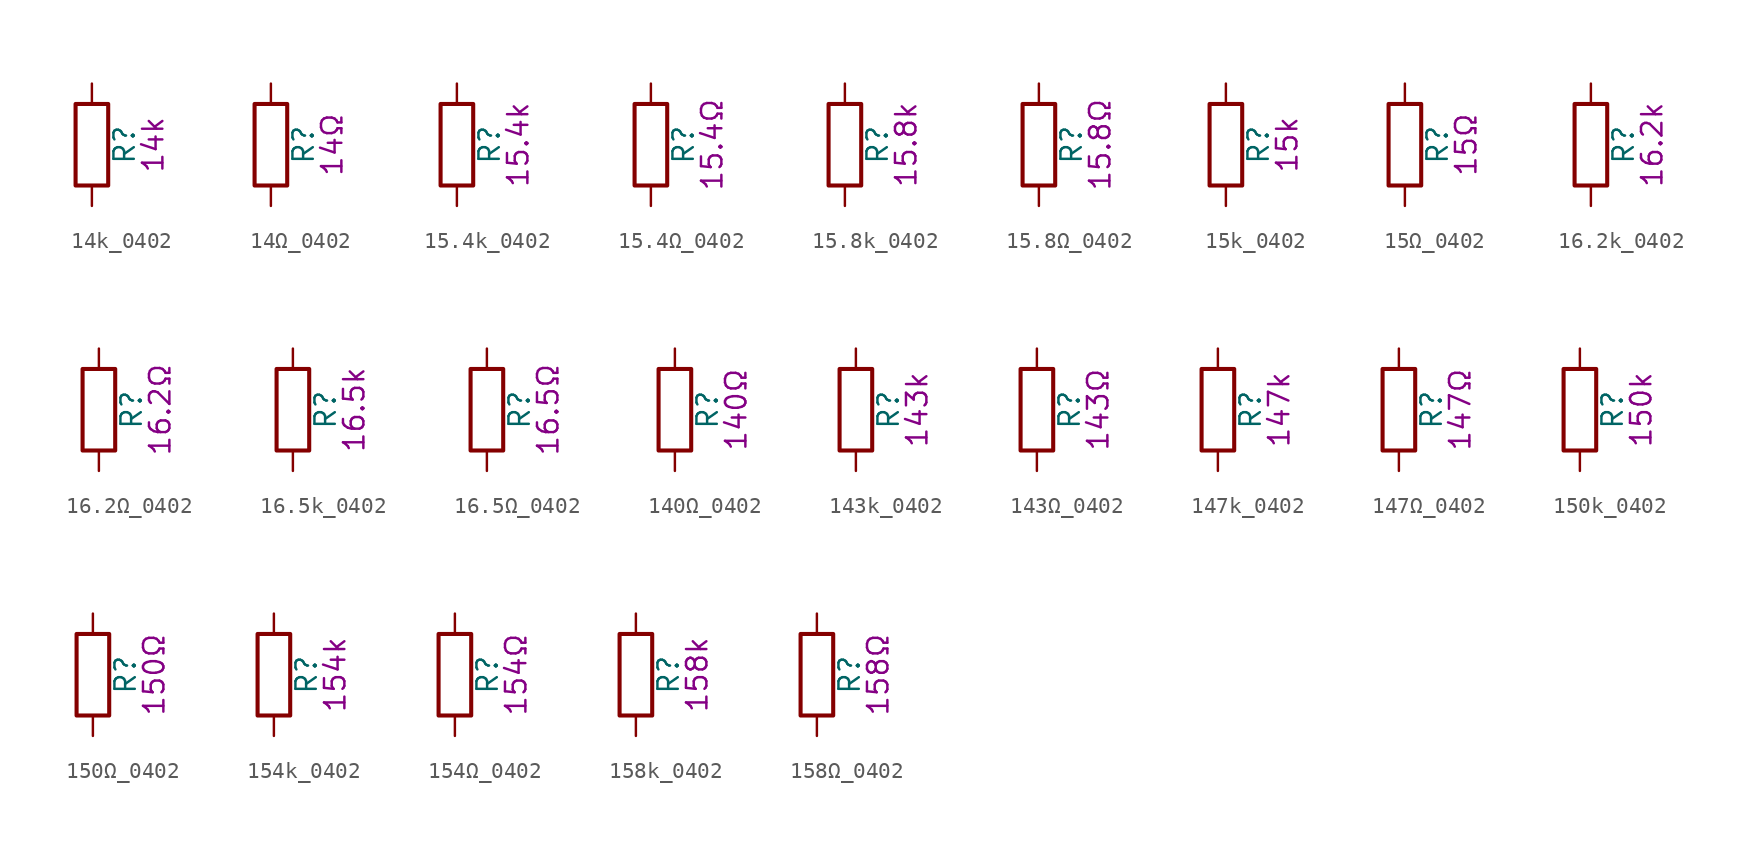
<source format=kicad_sym>
(kicad_symbol_lib
  (version 20211014)
  (generator kicad_symbol_editor)
  (symbol "14k_0402"
    (pin_numbers hide)
    (pin_names
      (offset 0))
    (property "Reference" "R"
      (at 2.032 0 90)
      (effects (font (size 1.27 1.27))))
    (property "Display" "14k"
      (at 3.81 0 90)
      (effects (font (size 1.27 1.27))))
    (symbol "14k_0402_0_1"
      (rectangle (start -1.016 -2.54) (end 1.016 2.54) (stroke (width 0.254) (type default) (color 0 0 0 0)) (fill (type none))))
    (symbol "14k_0402_1_1"
      (pin passive line (at 0 3.81 270) (length 1.27) (name "~" (effects (font (size 1.27 1.27)))) (number "1" (effects (font (size 1.27 1.27)))))
      (pin passive line (at 0 -3.81 90) (length 1.27) (name "~" (effects (font (size 1.27 1.27)))) (number "2" (effects (font (size 1.27 1.27)))))))
  (symbol "14Ω_0402"
    (pin_numbers hide)
    (pin_names
      (offset 0))
    (property "Reference" "R"
      (at 2.032 0 90)
      (effects (font (size 1.27 1.27))))
    (property "Display" "14Ω"
      (at 3.81 0 90)
      (effects (font (size 1.27 1.27))))
    (symbol "14Ω_0402_0_1"
      (rectangle (start -1.016 -2.54) (end 1.016 2.54) (stroke (width 0.254) (type default) (color 0 0 0 0)) (fill (type none))))
    (symbol "14Ω_0402_1_1"
      (pin passive line (at 0 3.81 270) (length 1.27) (name "~" (effects (font (size 1.27 1.27)))) (number "1" (effects (font (size 1.27 1.27)))))
      (pin passive line (at 0 -3.81 90) (length 1.27) (name "~" (effects (font (size 1.27 1.27)))) (number "2" (effects (font (size 1.27 1.27)))))))
  (symbol "15.4k_0402"
    (pin_numbers hide)
    (pin_names
      (offset 0))
    (property "Reference" "R"
      (at 2.032 0 90)
      (effects (font (size 1.27 1.27))))
    (property "Display" "15.4k"
      (at 3.81 0 90)
      (effects (font (size 1.27 1.27))))
    (symbol "15.4k_0402_0_1"
      (rectangle (start -1.016 -2.54) (end 1.016 2.54) (stroke (width 0.254) (type default) (color 0 0 0 0)) (fill (type none))))
    (symbol "15.4k_0402_1_1"
      (pin passive line (at 0 3.81 270) (length 1.27) (name "~" (effects (font (size 1.27 1.27)))) (number "1" (effects (font (size 1.27 1.27)))))
      (pin passive line (at 0 -3.81 90) (length 1.27) (name "~" (effects (font (size 1.27 1.27)))) (number "2" (effects (font (size 1.27 1.27)))))))
  (symbol "15.4Ω_0402"
    (pin_numbers hide)
    (pin_names
      (offset 0))
    (property "Reference" "R"
      (at 2.032 0 90)
      (effects (font (size 1.27 1.27))))
    (property "Display" "15.4Ω"
      (at 3.81 0 90)
      (effects (font (size 1.27 1.27))))
    (symbol "15.4Ω_0402_0_1"
      (rectangle (start -1.016 -2.54) (end 1.016 2.54) (stroke (width 0.254) (type default) (color 0 0 0 0)) (fill (type none))))
    (symbol "15.4Ω_0402_1_1"
      (pin passive line (at 0 3.81 270) (length 1.27) (name "~" (effects (font (size 1.27 1.27)))) (number "1" (effects (font (size 1.27 1.27)))))
      (pin passive line (at 0 -3.81 90) (length 1.27) (name "~" (effects (font (size 1.27 1.27)))) (number "2" (effects (font (size 1.27 1.27)))))))
  (symbol "15.8k_0402"
    (pin_numbers hide)
    (pin_names
      (offset 0))
    (property "Reference" "R"
      (at 2.032 0 90)
      (effects (font (size 1.27 1.27))))
    (property "Display" "15.8k"
      (at 3.81 0 90)
      (effects (font (size 1.27 1.27))))
    (symbol "15.8k_0402_0_1"
      (rectangle (start -1.016 -2.54) (end 1.016 2.54) (stroke (width 0.254) (type default) (color 0 0 0 0)) (fill (type none))))
    (symbol "15.8k_0402_1_1"
      (pin passive line (at 0 3.81 270) (length 1.27) (name "~" (effects (font (size 1.27 1.27)))) (number "1" (effects (font (size 1.27 1.27)))))
      (pin passive line (at 0 -3.81 90) (length 1.27) (name "~" (effects (font (size 1.27 1.27)))) (number "2" (effects (font (size 1.27 1.27)))))))
  (symbol "15.8Ω_0402"
    (pin_numbers hide)
    (pin_names
      (offset 0))
    (property "Reference" "R"
      (at 2.032 0 90)
      (effects (font (size 1.27 1.27))))
    (property "Display" "15.8Ω"
      (at 3.81 0 90)
      (effects (font (size 1.27 1.27))))
    (symbol "15.8Ω_0402_0_1"
      (rectangle (start -1.016 -2.54) (end 1.016 2.54) (stroke (width 0.254) (type default) (color 0 0 0 0)) (fill (type none))))
    (symbol "15.8Ω_0402_1_1"
      (pin passive line (at 0 3.81 270) (length 1.27) (name "~" (effects (font (size 1.27 1.27)))) (number "1" (effects (font (size 1.27 1.27)))))
      (pin passive line (at 0 -3.81 90) (length 1.27) (name "~" (effects (font (size 1.27 1.27)))) (number "2" (effects (font (size 1.27 1.27)))))))
  (symbol "15k_0402"
    (pin_numbers hide)
    (pin_names
      (offset 0))
    (property "Reference" "R"
      (at 2.032 0 90)
      (effects (font (size 1.27 1.27))))
    (property "Display" "15k"
      (at 3.81 0 90)
      (effects (font (size 1.27 1.27))))
    (symbol "15k_0402_0_1"
      (rectangle (start -1.016 -2.54) (end 1.016 2.54) (stroke (width 0.254) (type default) (color 0 0 0 0)) (fill (type none))))
    (symbol "15k_0402_1_1"
      (pin passive line (at 0 3.81 270) (length 1.27) (name "~" (effects (font (size 1.27 1.27)))) (number "1" (effects (font (size 1.27 1.27)))))
      (pin passive line (at 0 -3.81 90) (length 1.27) (name "~" (effects (font (size 1.27 1.27)))) (number "2" (effects (font (size 1.27 1.27)))))))
  (symbol "15Ω_0402"
    (pin_numbers hide)
    (pin_names
      (offset 0))
    (property "Reference" "R"
      (at 2.032 0 90)
      (effects (font (size 1.27 1.27))))
    (property "Display" "15Ω"
      (at 3.81 0 90)
      (effects (font (size 1.27 1.27))))
    (symbol "15Ω_0402_0_1"
      (rectangle (start -1.016 -2.54) (end 1.016 2.54) (stroke (width 0.254) (type default) (color 0 0 0 0)) (fill (type none))))
    (symbol "15Ω_0402_1_1"
      (pin passive line (at 0 3.81 270) (length 1.27) (name "~" (effects (font (size 1.27 1.27)))) (number "1" (effects (font (size 1.27 1.27)))))
      (pin passive line (at 0 -3.81 90) (length 1.27) (name "~" (effects (font (size 1.27 1.27)))) (number "2" (effects (font (size 1.27 1.27)))))))
  (symbol "16.2k_0402"
    (pin_numbers hide)
    (pin_names
      (offset 0))
    (property "Reference" "R"
      (at 2.032 0 90)
      (effects (font (size 1.27 1.27))))
    (property "Display" "16.2k"
      (at 3.81 0 90)
      (effects (font (size 1.27 1.27))))
    (symbol "16.2k_0402_0_1"
      (rectangle (start -1.016 -2.54) (end 1.016 2.54) (stroke (width 0.254) (type default) (color 0 0 0 0)) (fill (type none))))
    (symbol "16.2k_0402_1_1"
      (pin passive line (at 0 3.81 270) (length 1.27) (name "~" (effects (font (size 1.27 1.27)))) (number "1" (effects (font (size 1.27 1.27)))))
      (pin passive line (at 0 -3.81 90) (length 1.27) (name "~" (effects (font (size 1.27 1.27)))) (number "2" (effects (font (size 1.27 1.27)))))))
  (symbol "16.2Ω_0402"
    (pin_numbers hide)
    (pin_names
      (offset 0))
    (property "Reference" "R"
      (at 2.032 0 90)
      (effects (font (size 1.27 1.27))))
    (property "Display" "16.2Ω"
      (at 3.81 0 90)
      (effects (font (size 1.27 1.27))))
    (symbol "16.2Ω_0402_0_1"
      (rectangle (start -1.016 -2.54) (end 1.016 2.54) (stroke (width 0.254) (type default) (color 0 0 0 0)) (fill (type none))))
    (symbol "16.2Ω_0402_1_1"
      (pin passive line (at 0 3.81 270) (length 1.27) (name "~" (effects (font (size 1.27 1.27)))) (number "1" (effects (font (size 1.27 1.27)))))
      (pin passive line (at 0 -3.81 90) (length 1.27) (name "~" (effects (font (size 1.27 1.27)))) (number "2" (effects (font (size 1.27 1.27)))))))
  (symbol "16.5k_0402"
    (pin_numbers hide)
    (pin_names
      (offset 0))
    (property "Reference" "R"
      (at 2.032 0 90)
      (effects (font (size 1.27 1.27))))
    (property "Display" "16.5k"
      (at 3.81 0 90)
      (effects (font (size 1.27 1.27))))
    (symbol "16.5k_0402_0_1"
      (rectangle (start -1.016 -2.54) (end 1.016 2.54) (stroke (width 0.254) (type default) (color 0 0 0 0)) (fill (type none))))
    (symbol "16.5k_0402_1_1"
      (pin passive line (at 0 3.81 270) (length 1.27) (name "~" (effects (font (size 1.27 1.27)))) (number "1" (effects (font (size 1.27 1.27)))))
      (pin passive line (at 0 -3.81 90) (length 1.27) (name "~" (effects (font (size 1.27 1.27)))) (number "2" (effects (font (size 1.27 1.27)))))))
  (symbol "16.5Ω_0402"
    (pin_numbers hide)
    (pin_names
      (offset 0))
    (property "Reference" "R"
      (at 2.032 0 90)
      (effects (font (size 1.27 1.27))))
    (property "Display" "16.5Ω"
      (at 3.81 0 90)
      (effects (font (size 1.27 1.27))))
    (symbol "16.5Ω_0402_0_1"
      (rectangle (start -1.016 -2.54) (end 1.016 2.54) (stroke (width 0.254) (type default) (color 0 0 0 0)) (fill (type none))))
    (symbol "16.5Ω_0402_1_1"
      (pin passive line (at 0 3.81 270) (length 1.27) (name "~" (effects (font (size 1.27 1.27)))) (number "1" (effects (font (size 1.27 1.27)))))
      (pin passive line (at 0 -3.81 90) (length 1.27) (name "~" (effects (font (size 1.27 1.27)))) (number "2" (effects (font (size 1.27 1.27)))))))
  (symbol "140Ω_0402"
    (pin_numbers hide)
    (pin_names
      (offset 0))
    (property "Reference" "R"
      (at 2.032 0 90)
      (effects (font (size 1.27 1.27))))
    (property "Display" "140Ω"
      (at 3.81 0 90)
      (effects (font (size 1.27 1.27))))
    (symbol "140Ω_0402_0_1"
      (rectangle (start -1.016 -2.54) (end 1.016 2.54) (stroke (width 0.254) (type default) (color 0 0 0 0)) (fill (type none))))
    (symbol "140Ω_0402_1_1"
      (pin passive line (at 0 3.81 270) (length 1.27) (name "~" (effects (font (size 1.27 1.27)))) (number "1" (effects (font (size 1.27 1.27)))))
      (pin passive line (at 0 -3.81 90) (length 1.27) (name "~" (effects (font (size 1.27 1.27)))) (number "2" (effects (font (size 1.27 1.27)))))))
  (symbol "143k_0402"
    (pin_numbers hide)
    (pin_names
      (offset 0))
    (property "Reference" "R"
      (at 2.032 0 90)
      (effects (font (size 1.27 1.27))))
    (property "Display" "143k"
      (at 3.81 0 90)
      (effects (font (size 1.27 1.27))))
    (symbol "143k_0402_0_1"
      (rectangle (start -1.016 -2.54) (end 1.016 2.54) (stroke (width 0.254) (type default) (color 0 0 0 0)) (fill (type none))))
    (symbol "143k_0402_1_1"
      (pin passive line (at 0 3.81 270) (length 1.27) (name "~" (effects (font (size 1.27 1.27)))) (number "1" (effects (font (size 1.27 1.27)))))
      (pin passive line (at 0 -3.81 90) (length 1.27) (name "~" (effects (font (size 1.27 1.27)))) (number "2" (effects (font (size 1.27 1.27)))))))
  (symbol "143Ω_0402"
    (pin_numbers hide)
    (pin_names
      (offset 0))
    (property "Reference" "R"
      (at 2.032 0 90)
      (effects (font (size 1.27 1.27))))
    (property "Display" "143Ω"
      (at 3.81 0 90)
      (effects (font (size 1.27 1.27))))
    (symbol "143Ω_0402_0_1"
      (rectangle (start -1.016 -2.54) (end 1.016 2.54) (stroke (width 0.254) (type default) (color 0 0 0 0)) (fill (type none))))
    (symbol "143Ω_0402_1_1"
      (pin passive line (at 0 3.81 270) (length 1.27) (name "~" (effects (font (size 1.27 1.27)))) (number "1" (effects (font (size 1.27 1.27)))))
      (pin passive line (at 0 -3.81 90) (length 1.27) (name "~" (effects (font (size 1.27 1.27)))) (number "2" (effects (font (size 1.27 1.27)))))))
  (symbol "147k_0402"
    (pin_numbers hide)
    (pin_names
      (offset 0))
    (property "Reference" "R"
      (at 2.032 0 90)
      (effects (font (size 1.27 1.27))))
    (property "Display" "147k"
      (at 3.81 0 90)
      (effects (font (size 1.27 1.27))))
    (symbol "147k_0402_0_1"
      (rectangle (start -1.016 -2.54) (end 1.016 2.54) (stroke (width 0.254) (type default) (color 0 0 0 0)) (fill (type none))))
    (symbol "147k_0402_1_1"
      (pin passive line (at 0 3.81 270) (length 1.27) (name "~" (effects (font (size 1.27 1.27)))) (number "1" (effects (font (size 1.27 1.27)))))
      (pin passive line (at 0 -3.81 90) (length 1.27) (name "~" (effects (font (size 1.27 1.27)))) (number "2" (effects (font (size 1.27 1.27)))))))
  (symbol "147Ω_0402"
    (pin_numbers hide)
    (pin_names
      (offset 0))
    (property "Reference" "R"
      (at 2.032 0 90)
      (effects (font (size 1.27 1.27))))
    (property "Display" "147Ω"
      (at 3.81 0 90)
      (effects (font (size 1.27 1.27))))
    (symbol "147Ω_0402_0_1"
      (rectangle (start -1.016 -2.54) (end 1.016 2.54) (stroke (width 0.254) (type default) (color 0 0 0 0)) (fill (type none))))
    (symbol "147Ω_0402_1_1"
      (pin passive line (at 0 3.81 270) (length 1.27) (name "~" (effects (font (size 1.27 1.27)))) (number "1" (effects (font (size 1.27 1.27)))))
      (pin passive line (at 0 -3.81 90) (length 1.27) (name "~" (effects (font (size 1.27 1.27)))) (number "2" (effects (font (size 1.27 1.27)))))))
  (symbol "150k_0402"
    (pin_numbers hide)
    (pin_names
      (offset 0))
    (property "Reference" "R"
      (at 2.032 0 90)
      (effects (font (size 1.27 1.27))))
    (property "Display" "150k"
      (at 3.81 0 90)
      (effects (font (size 1.27 1.27))))
    (symbol "150k_0402_0_1"
      (rectangle (start -1.016 -2.54) (end 1.016 2.54) (stroke (width 0.254) (type default) (color 0 0 0 0)) (fill (type none))))
    (symbol "150k_0402_1_1"
      (pin passive line (at 0 3.81 270) (length 1.27) (name "~" (effects (font (size 1.27 1.27)))) (number "1" (effects (font (size 1.27 1.27)))))
      (pin passive line (at 0 -3.81 90) (length 1.27) (name "~" (effects (font (size 1.27 1.27)))) (number "2" (effects (font (size 1.27 1.27)))))))
  (symbol "150Ω_0402"
    (pin_numbers hide)
    (pin_names
      (offset 0))
    (property "Reference" "R"
      (at 2.032 0 90)
      (effects (font (size 1.27 1.27))))
    (property "Display" "150Ω"
      (at 3.81 0 90)
      (effects (font (size 1.27 1.27))))
    (symbol "150Ω_0402_0_1"
      (rectangle (start -1.016 -2.54) (end 1.016 2.54) (stroke (width 0.254) (type default) (color 0 0 0 0)) (fill (type none))))
    (symbol "150Ω_0402_1_1"
      (pin passive line (at 0 3.81 270) (length 1.27) (name "~" (effects (font (size 1.27 1.27)))) (number "1" (effects (font (size 1.27 1.27)))))
      (pin passive line (at 0 -3.81 90) (length 1.27) (name "~" (effects (font (size 1.27 1.27)))) (number "2" (effects (font (size 1.27 1.27)))))))
  (symbol "154k_0402"
    (pin_numbers hide)
    (pin_names
      (offset 0))
    (property "Reference" "R"
      (at 2.032 0 90)
      (effects (font (size 1.27 1.27))))
    (property "Display" "154k"
      (at 3.81 0 90)
      (effects (font (size 1.27 1.27))))
    (symbol "154k_0402_0_1"
      (rectangle (start -1.016 -2.54) (end 1.016 2.54) (stroke (width 0.254) (type default) (color 0 0 0 0)) (fill (type none))))
    (symbol "154k_0402_1_1"
      (pin passive line (at 0 3.81 270) (length 1.27) (name "~" (effects (font (size 1.27 1.27)))) (number "1" (effects (font (size 1.27 1.27)))))
      (pin passive line (at 0 -3.81 90) (length 1.27) (name "~" (effects (font (size 1.27 1.27)))) (number "2" (effects (font (size 1.27 1.27)))))))
  (symbol "154Ω_0402"
    (pin_numbers hide)
    (pin_names
      (offset 0))
    (property "Reference" "R"
      (at 2.032 0 90)
      (effects (font (size 1.27 1.27))))
    (property "Display" "154Ω"
      (at 3.81 0 90)
      (effects (font (size 1.27 1.27))))
    (symbol "154Ω_0402_0_1"
      (rectangle (start -1.016 -2.54) (end 1.016 2.54) (stroke (width 0.254) (type default) (color 0 0 0 0)) (fill (type none))))
    (symbol "154Ω_0402_1_1"
      (pin passive line (at 0 3.81 270) (length 1.27) (name "~" (effects (font (size 1.27 1.27)))) (number "1" (effects (font (size 1.27 1.27)))))
      (pin passive line (at 0 -3.81 90) (length 1.27) (name "~" (effects (font (size 1.27 1.27)))) (number "2" (effects (font (size 1.27 1.27)))))))
  (symbol "158k_0402"
    (pin_numbers hide)
    (pin_names
      (offset 0))
    (property "Reference" "R"
      (at 2.032 0 90)
      (effects (font (size 1.27 1.27))))
    (property "Display" "158k"
      (at 3.81 0 90)
      (effects (font (size 1.27 1.27))))
    (symbol "158k_0402_0_1"
      (rectangle (start -1.016 -2.54) (end 1.016 2.54) (stroke (width 0.254) (type default) (color 0 0 0 0)) (fill (type none))))
    (symbol "158k_0402_1_1"
      (pin passive line (at 0 3.81 270) (length 1.27) (name "~" (effects (font (size 1.27 1.27)))) (number "1" (effects (font (size 1.27 1.27)))))
      (pin passive line (at 0 -3.81 90) (length 1.27) (name "~" (effects (font (size 1.27 1.27)))) (number "2" (effects (font (size 1.27 1.27)))))))
  (symbol "158Ω_0402"
    (pin_numbers hide)
    (pin_names
      (offset 0))
    (property "Reference" "R"
      (at 2.032 0 90)
      (effects (font (size 1.27 1.27))))
    (property "Display" "158Ω"
      (at 3.81 0 90)
      (effects (font (size 1.27 1.27))))
    (symbol "158Ω_0402_0_1"
      (rectangle (start -1.016 -2.54) (end 1.016 2.54) (stroke (width 0.254) (type default) (color 0 0 0 0)) (fill (type none))))
    (symbol "158Ω_0402_1_1"
      (pin passive line (at 0 3.81 270) (length 1.27) (name "~" (effects (font (size 1.27 1.27)))) (number "1" (effects (font (size 1.27 1.27)))))
      (pin passive line (at 0 -3.81 90) (length 1.27) (name "~" (effects (font (size 1.27 1.27)))) (number "2" (effects (font (size 1.27 1.27))))))))
</source>
